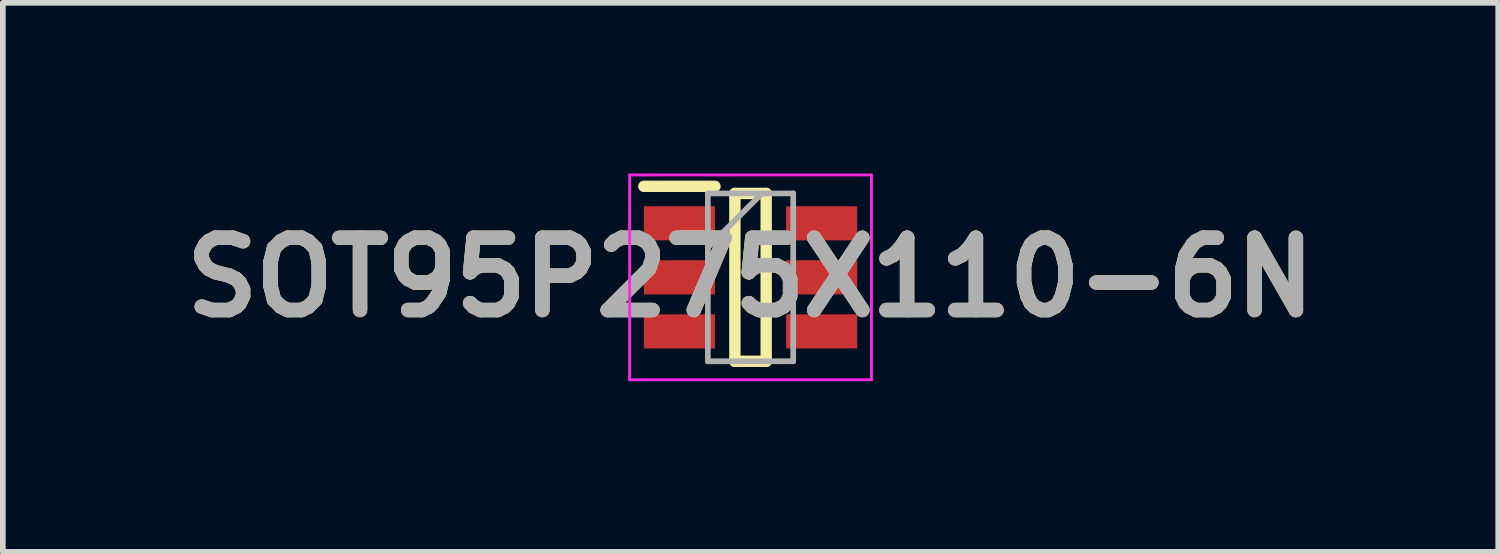
<source format=kicad_pcb>
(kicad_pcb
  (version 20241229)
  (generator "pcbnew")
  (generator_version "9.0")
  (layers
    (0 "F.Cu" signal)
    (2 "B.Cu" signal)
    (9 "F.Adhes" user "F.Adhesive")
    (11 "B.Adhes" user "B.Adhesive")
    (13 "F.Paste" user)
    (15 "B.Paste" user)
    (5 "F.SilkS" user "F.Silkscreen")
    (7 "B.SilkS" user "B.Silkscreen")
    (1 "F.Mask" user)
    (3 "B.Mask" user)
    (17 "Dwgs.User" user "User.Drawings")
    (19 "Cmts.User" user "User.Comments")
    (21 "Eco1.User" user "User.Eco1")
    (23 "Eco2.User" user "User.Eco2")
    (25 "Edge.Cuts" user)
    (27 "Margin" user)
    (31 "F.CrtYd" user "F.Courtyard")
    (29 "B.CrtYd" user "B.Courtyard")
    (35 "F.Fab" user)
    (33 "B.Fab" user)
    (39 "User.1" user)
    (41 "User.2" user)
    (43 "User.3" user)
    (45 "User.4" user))
  (footprint "SOT95P275X110-6N"
    (layer "F.Cu")
    (at 10.142 1.825)
    (property "Reference" "SOT95P275X110-6N" (at 0 0 0) (layer "F.SilkS") (effects (font (size 1.27 1.27) (thickness 0.254))))
    (attr smd)
    (fp_line (start -1.875 -1.6) (end -0.625 -1.6) (stroke (width 0.2) (type solid)) (layer "F.SilkS"))
    (fp_line (start -0.275 -1.475) (end 0.275 -1.475) (stroke (width 0.2) (type solid)) (layer "F.SilkS"))
    (fp_line (start -0.275 1.475) (end -0.275 -1.475) (stroke (width 0.2) (type solid)) (layer "F.SilkS"))
    (fp_line (start 0.275 -1.475) (end 0.275 1.475) (stroke (width 0.2) (type solid)) (layer "F.SilkS"))
    (fp_line (start 0.275 1.475) (end -0.275 1.475) (stroke (width 0.2) (type solid)) (layer "F.SilkS"))
    (fp_line (start -2.125 -1.8) (end 2.125 -1.8) (stroke (width 0.05) (type solid)) (layer "F.CrtYd"))
    (fp_line (start -2.125 1.8) (end -2.125 -1.8) (stroke (width 0.05) (type solid)) (layer "F.CrtYd"))
    (fp_line (start 2.125 -1.8) (end 2.125 1.8) (stroke (width 0.05) (type solid)) (layer "F.CrtYd"))
    (fp_line (start 2.125 1.8) (end -2.125 1.8) (stroke (width 0.05) (type solid)) (layer "F.CrtYd"))
    (fp_line (start -0.75 -1.475) (end 0.75 -1.475) (stroke (width 0.1) (type solid)) (layer "F.Fab"))
    (fp_line (start -0.75 -0.525) (end 0.2 -1.475) (stroke (width 0.1) (type solid)) (layer "F.Fab"))
    (fp_line (start -0.75 1.475) (end -0.75 -1.475) (stroke (width 0.1) (type solid)) (layer "F.Fab"))
    (fp_line (start 0.75 -1.475) (end 0.75 1.475) (stroke (width 0.1) (type solid)) (layer "F.Fab"))
    (fp_line (start 0.75 1.475) (end -0.75 1.475) (stroke (width 0.1) (type solid)) (layer "F.Fab"))
    (fp_text user "${REFERENCE}" (at 0 0 0) (layer "F.Fab") (effects (font (size 1.27 1.27) (thickness 0.254))))
    (pad "1" smd rect (at -1.25 -0.95 90) (size 0.6 1.25) (layers "F.Cu" "F.Mask" "F.Paste"))
    (pad "2" smd rect (at -1.25 0 90) (size 0.6 1.25) (layers "F.Cu" "F.Mask" "F.Paste"))
    (pad "3" smd rect (at -1.25 0.95 90) (size 0.6 1.25) (layers "F.Cu" "F.Mask" "F.Paste"))
    (pad "4" smd rect (at 1.25 0.95 90) (size 0.6 1.25) (layers "F.Cu" "F.Mask" "F.Paste"))
    (pad "5" smd rect (at 1.25 0 90) (size 0.6 1.25) (layers "F.Cu" "F.Mask" "F.Paste"))
    (pad "6" smd rect (at 1.25 -0.95 90) (size 0.6 1.25) (layers "F.Cu" "F.Mask" "F.Paste")))
  (gr_rect
    (start -3 -3)
    (end 23.284 6.65)
    (stroke (width 0.1) (type default))
    (fill no)
    (layer "Edge.Cuts")))
</source>
